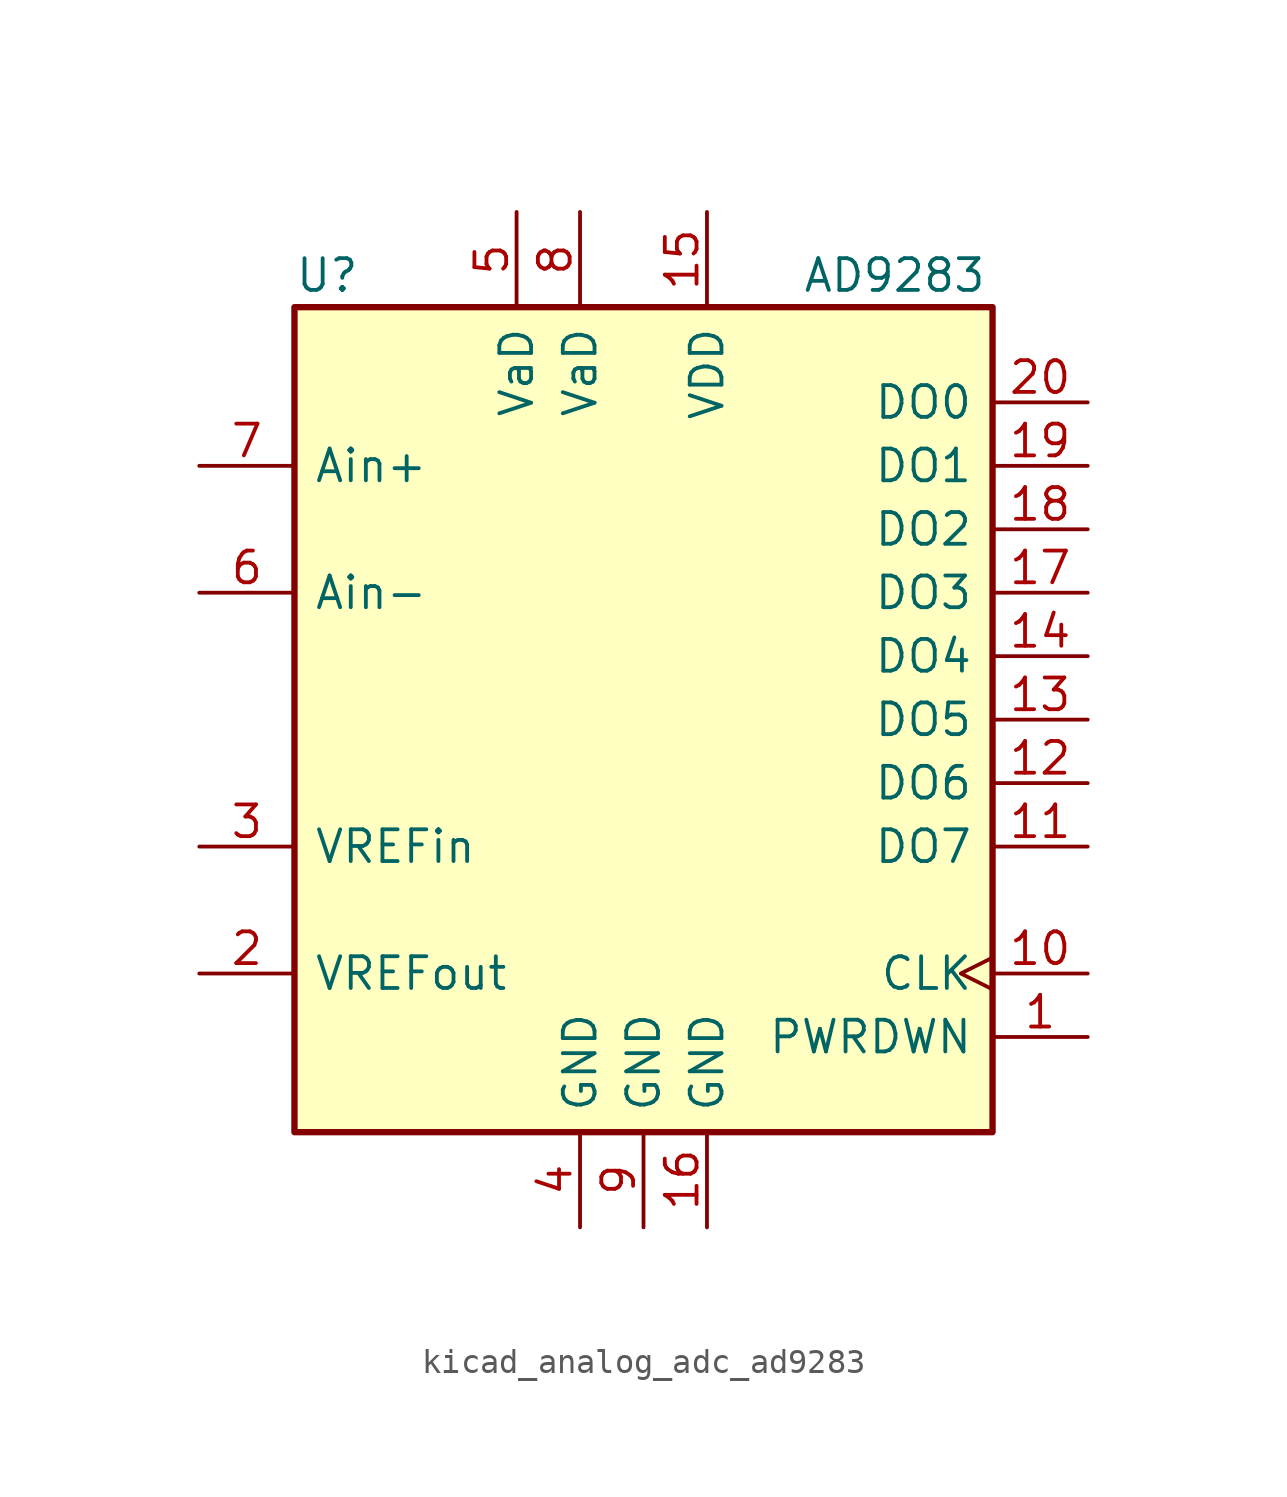
<source format=kicad_sym>
(kicad_symbol_lib
  (version 20220914)
  (generator kicad_symbol_editor)
  (symbol "kicad_analog_adc_ad9283"
    (pin_names
      (offset 0.762))
    (property "Reference" "U"
      (at -13.97 17.78 0)
      (effects (font (size 1.27 1.27)) (justify left)))
    (property "Value" "AD9283"
      (at 6.35 17.78 0)
      (effects (font (size 1.27 1.27)) (justify left)))
    (symbol "kicad_analog_adc_ad9283_0_1"
      (rectangle (start -13.97 16.51) (end 13.97 -16.51) (stroke (width 0.254) (type default)) (fill (type background))))
    (symbol "kicad_analog_adc_ad9283_1_1"
      (pin input line (at 17.78 -12.7 180) (length 3.81) (name "PWRDWN" (effects (font (size 1.27 1.27)))) (number "1" (effects (font (size 1.27 1.27)))))
      (pin input clock (at 17.78 -10.16 180) (length 3.81) (name "CLK" (effects (font (size 1.27 1.27)))) (number "10" (effects (font (size 1.27 1.27)))))
      (pin output line (at 17.78 -5.08 180) (length 3.81) (name "DO7" (effects (font (size 1.27 1.27)))) (number "11" (effects (font (size 1.27 1.27)))))
      (pin output line (at 17.78 -2.54 180) (length 3.81) (name "DO6" (effects (font (size 1.27 1.27)))) (number "12" (effects (font (size 1.27 1.27)))))
      (pin output line (at 17.78 0 180) (length 3.81) (name "DO5" (effects (font (size 1.27 1.27)))) (number "13" (effects (font (size 1.27 1.27)))))
      (pin output line (at 17.78 2.54 180) (length 3.81) (name "DO4" (effects (font (size 1.27 1.27)))) (number "14" (effects (font (size 1.27 1.27)))))
      (pin power_in line (at 2.54 20.32 270) (length 3.81) (name "VDD" (effects (font (size 1.27 1.27)))) (number "15" (effects (font (size 1.27 1.27)))))
      (pin power_in line (at 2.54 -20.32 90) (length 3.81) (name "GND" (effects (font (size 1.27 1.27)))) (number "16" (effects (font (size 1.27 1.27)))))
      (pin output line (at 17.78 5.08 180) (length 3.81) (name "DO3" (effects (font (size 1.27 1.27)))) (number "17" (effects (font (size 1.27 1.27)))))
      (pin output line (at 17.78 7.62 180) (length 3.81) (name "DO2" (effects (font (size 1.27 1.27)))) (number "18" (effects (font (size 1.27 1.27)))))
      (pin output line (at 17.78 10.16 180) (length 3.81) (name "DO1" (effects (font (size 1.27 1.27)))) (number "19" (effects (font (size 1.27 1.27)))))
      (pin input line (at -17.78 -10.16 0) (length 3.81) (name "VREFout" (effects (font (size 1.27 1.27)))) (number "2" (effects (font (size 1.27 1.27)))))
      (pin output line (at 17.78 12.7 180) (length 3.81) (name "DO0" (effects (font (size 1.27 1.27)))) (number "20" (effects (font (size 1.27 1.27)))))
      (pin input line (at -17.78 -5.08 0) (length 3.81) (name "VREFin" (effects (font (size 1.27 1.27)))) (number "3" (effects (font (size 1.27 1.27)))))
      (pin power_in line (at -2.54 -20.32 90) (length 3.81) (name "GND" (effects (font (size 1.27 1.27)))) (number "4" (effects (font (size 1.27 1.27)))))
      (pin power_in line (at -5.08 20.32 270) (length 3.81) (name "VaD" (effects (font (size 1.27 1.27)))) (number "5" (effects (font (size 1.27 1.27)))))
      (pin input line (at -17.78 5.08 0) (length 3.81) (name "Ain-" (effects (font (size 1.27 1.27)))) (number "6" (effects (font (size 1.27 1.27)))))
      (pin input line (at -17.78 10.16 0) (length 3.81) (name "Ain+" (effects (font (size 1.27 1.27)))) (number "7" (effects (font (size 1.27 1.27)))))
      (pin power_in line (at -2.54 20.32 270) (length 3.81) (name "VaD" (effects (font (size 1.27 1.27)))) (number "8" (effects (font (size 1.27 1.27)))))
      (pin power_in line (at 0 -20.32 90) (length 3.81) (name "GND" (effects (font (size 1.27 1.27)))) (number "9" (effects (font (size 1.27 1.27))))))))
</source>
